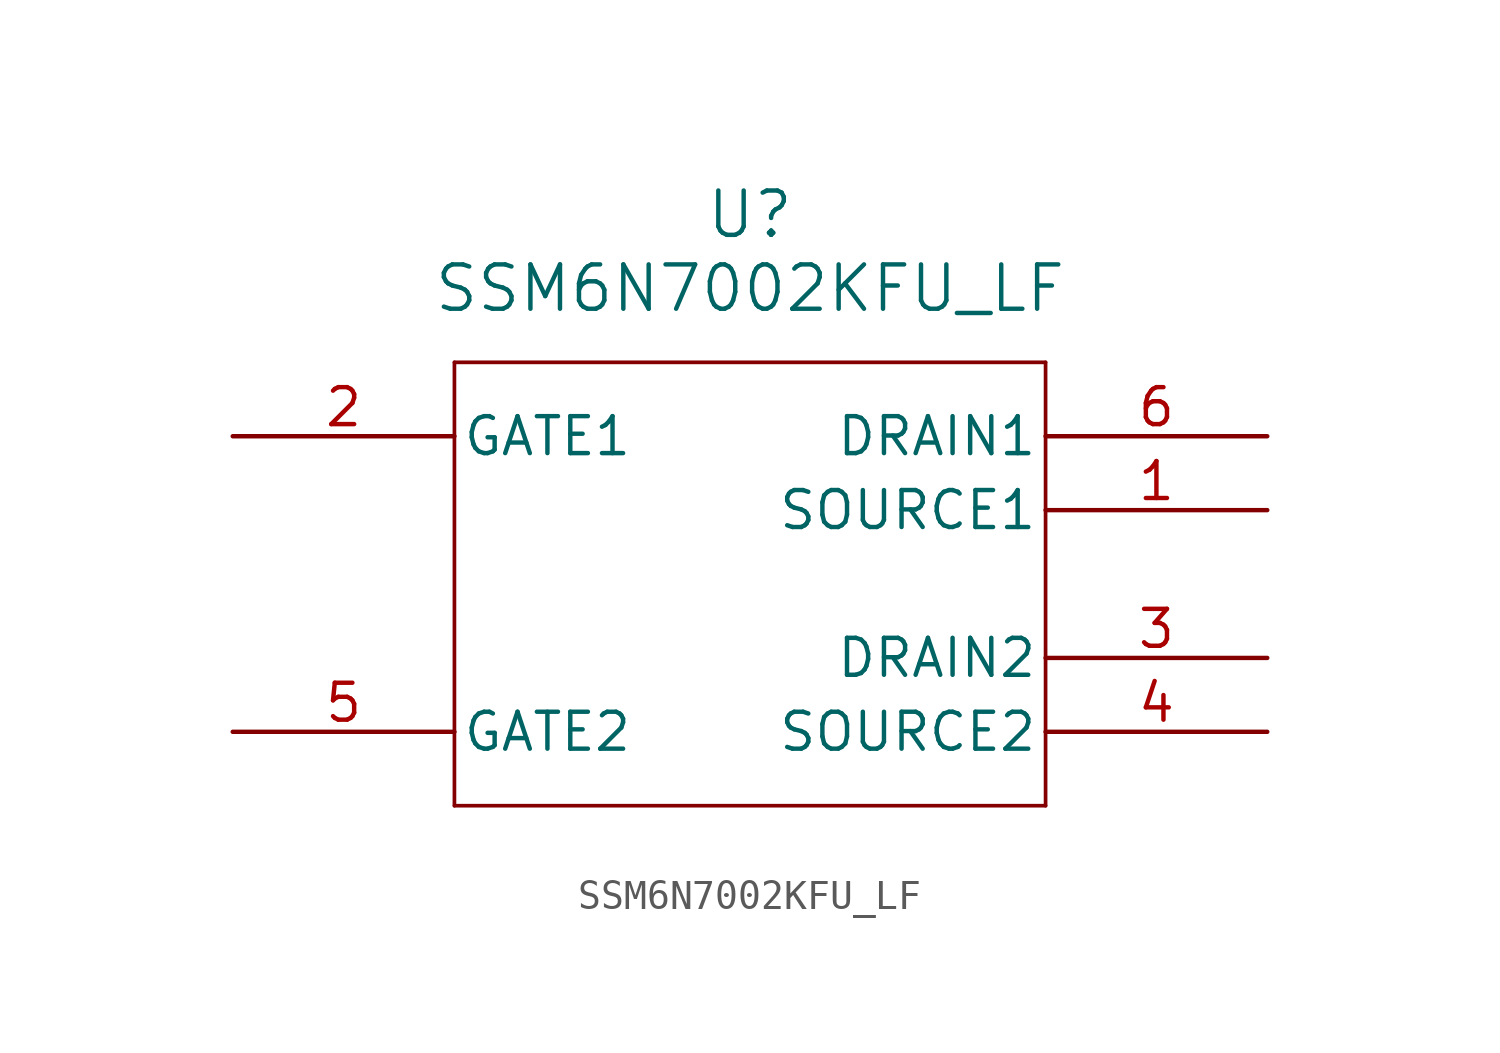
<source format=kicad_sym>
(kicad_symbol_lib
  (version 20211014)
  (generator kicad_symbol_editor)
  (symbol "SSM6N7002KFU_LF"
    (pin_names
      (offset 0.254))
    (property "Reference" "U"
      (at 17.78 10.16 0)
      (effects (font (size 1.524 1.524))))
    (property "Value" "SSM6N7002KFU_LF"
      (at 17.78 7.62 0)
      (effects (font (size 1.524 1.524))))
    (property "ki_locked" ""
      (at 0 0 0)
      (effects (font (size 1.27 1.27))))
    (symbol "SSM6N7002KFU_LF_0_1"
      (polyline (pts (xy 7.62 -10.16) (xy 27.94 -10.16)) (stroke (width 0.127) (type default) (color 0 0 0 0)) (fill (type none)))
      (polyline (pts (xy 7.62 5.08) (xy 7.62 -10.16)) (stroke (width 0.127) (type default) (color 0 0 0 0)) (fill (type none)))
      (polyline (pts (xy 27.94 -10.16) (xy 27.94 5.08)) (stroke (width 0.127) (type default) (color 0 0 0 0)) (fill (type none)))
      (polyline (pts (xy 27.94 5.08) (xy 7.62 5.08)) (stroke (width 0.127) (type default) (color 0 0 0 0)) (fill (type none)))
      (pin unspecified line (at 35.56 0 180) (length 7.62) (name "SOURCE1" (effects (font (size 1.27 1.27)))) (number "1" (effects (font (size 1.27 1.27)))))
      (pin unspecified line (at 0 2.54 0) (length 7.62) (name "GATE1" (effects (font (size 1.27 1.27)))) (number "2" (effects (font (size 1.27 1.27)))))
      (pin unspecified line (at 35.56 -5.08 180) (length 7.62) (name "DRAIN2" (effects (font (size 1.27 1.27)))) (number "3" (effects (font (size 1.27 1.27)))))
      (pin unspecified line (at 35.56 -7.62 180) (length 7.62) (name "SOURCE2" (effects (font (size 1.27 1.27)))) (number "4" (effects (font (size 1.27 1.27)))))
      (pin unspecified line (at 0 -7.62 0) (length 7.62) (name "GATE2" (effects (font (size 1.27 1.27)))) (number "5" (effects (font (size 1.27 1.27)))))
      (pin unspecified line (at 35.56 2.54 180) (length 7.62) (name "DRAIN1" (effects (font (size 1.27 1.27)))) (number "6" (effects (font (size 1.27 1.27))))))))
</source>
